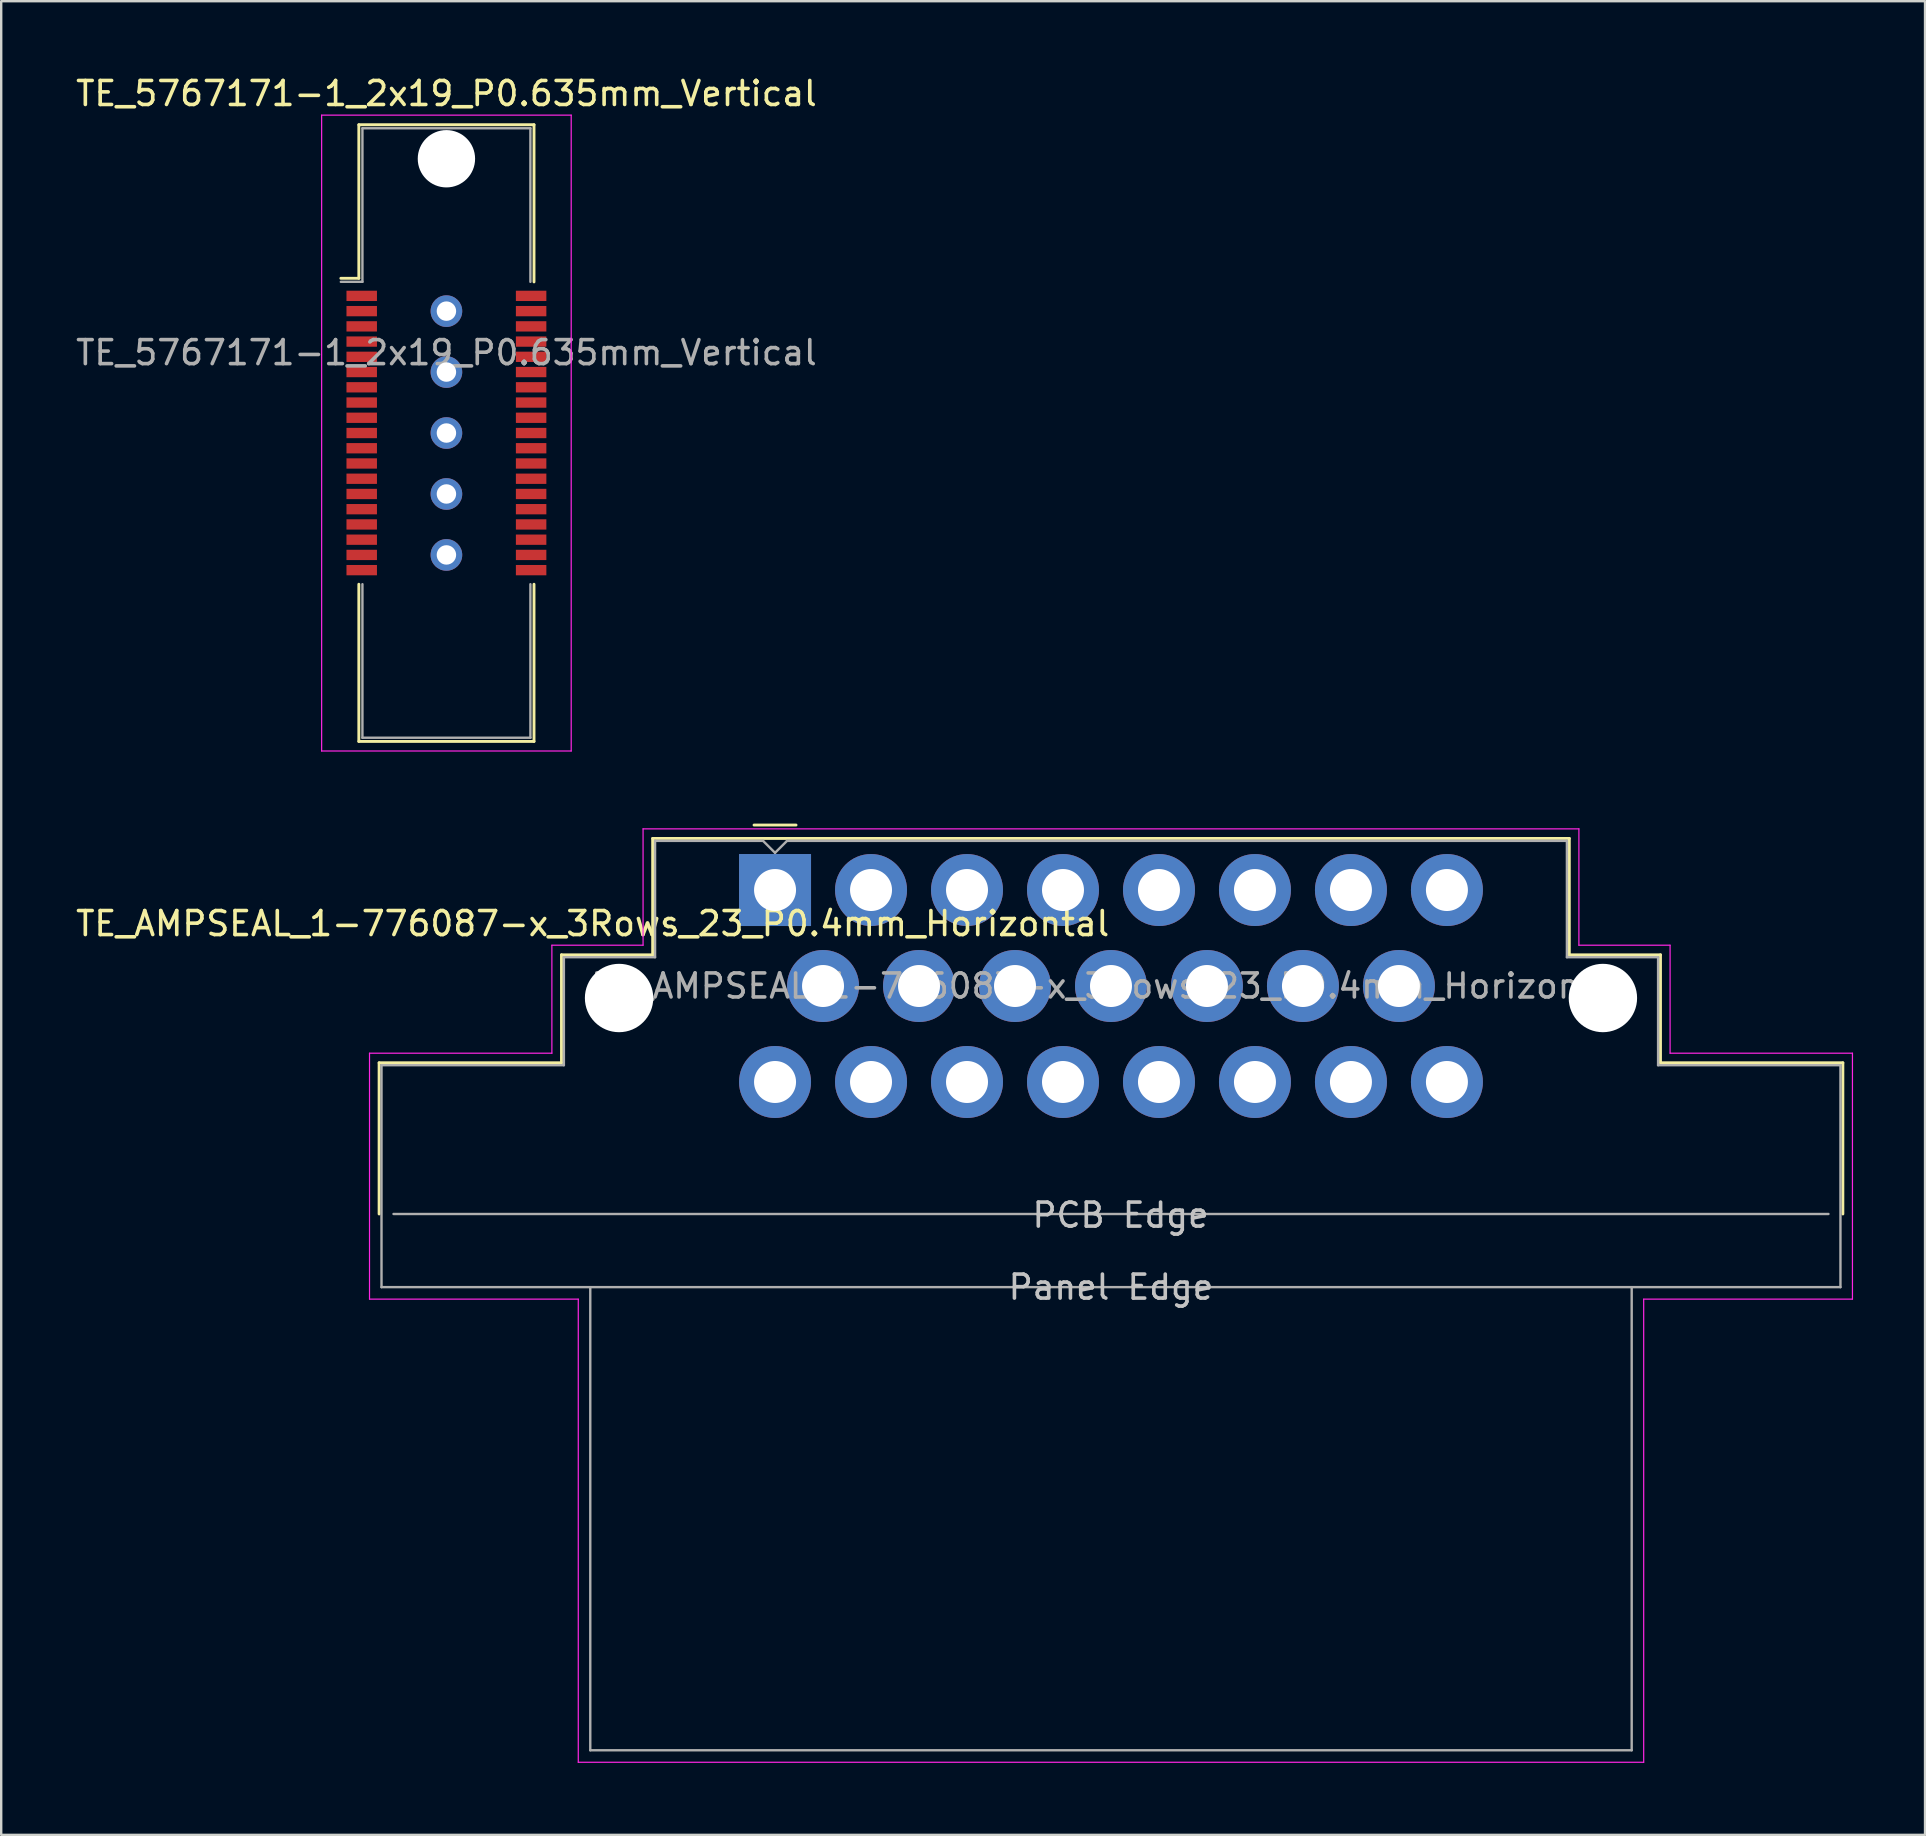
<source format=kicad_pcb>
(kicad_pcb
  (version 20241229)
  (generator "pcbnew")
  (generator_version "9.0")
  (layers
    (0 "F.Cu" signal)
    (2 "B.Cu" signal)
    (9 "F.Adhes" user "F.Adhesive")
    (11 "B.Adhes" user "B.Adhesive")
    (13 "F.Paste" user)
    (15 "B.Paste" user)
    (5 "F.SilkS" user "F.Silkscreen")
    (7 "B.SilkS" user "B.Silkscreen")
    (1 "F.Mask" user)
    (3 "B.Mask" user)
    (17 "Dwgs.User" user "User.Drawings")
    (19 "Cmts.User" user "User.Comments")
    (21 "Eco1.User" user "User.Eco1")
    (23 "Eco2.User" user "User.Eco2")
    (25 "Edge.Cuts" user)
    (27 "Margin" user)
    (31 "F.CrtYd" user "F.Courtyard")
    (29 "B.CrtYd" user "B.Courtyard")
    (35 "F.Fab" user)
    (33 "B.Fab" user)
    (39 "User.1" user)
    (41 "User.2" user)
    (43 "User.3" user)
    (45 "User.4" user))
  (footprint "TE_5767171-1_2x19_P0.635mm_Vertical"
    (layer "F.Cu")
    (at 15.554 11.648)
    (property "Reference" "TE_5767171-1_2x19_P0.635mm_Vertical" (at 0 -10.8 0) (layer "F.SilkS") (effects (font (size 1 1) (thickness 0.15))))
    (attr smd)
    (fp_line (start -3.65 -9.5) (end 3.65 -9.5) (stroke (width 0.12) (type solid)) (layer "F.SilkS"))
    (fp_line (start -3.65 -3.1) (end -4.4 -3.1) (stroke (width 0.12) (type solid)) (layer "F.SilkS"))
    (fp_line (start -3.65 -3.1) (end -3.65 -9.5) (stroke (width 0.12) (type solid)) (layer "F.SilkS"))
    (fp_line (start -3.65 16.2) (end -3.65 9.65) (stroke (width 0.12) (type solid)) (layer "F.SilkS"))
    (fp_line (start 3.65 -9.5) (end 3.65 -2.95) (stroke (width 0.12) (type solid)) (layer "F.SilkS"))
    (fp_line (start 3.65 9.65) (end 3.65 16.2) (stroke (width 0.12) (type solid)) (layer "F.SilkS"))
    (fp_line (start 3.65 16.2) (end -3.65 16.2) (stroke (width 0.12) (type solid)) (layer "F.SilkS"))
    (fp_line (start -5.2 -9.9) (end 5.2 -9.9) (stroke (width 0.05) (type solid)) (layer "F.CrtYd"))
    (fp_line (start -5.2 16.6) (end -5.2 -9.9) (stroke (width 0.05) (type solid)) (layer "F.CrtYd"))
    (fp_line (start 5.2 -9.9) (end 5.2 16.6) (stroke (width 0.05) (type solid)) (layer "F.CrtYd"))
    (fp_line (start 5.2 16.6) (end -5.2 16.6) (stroke (width 0.05) (type solid)) (layer "F.CrtYd"))
    (fp_line (start -4.4 -2.953) (end -3.5 -2.953) (stroke (width 0.1) (type solid)) (layer "F.Fab"))
    (fp_line (start -3.5 -9.352) (end 3.5 -9.352) (stroke (width 0.1) (type solid)) (layer "F.Fab"))
    (fp_line (start -3.5 -2.953) (end -3.5 -9.352) (stroke (width 0.1) (type solid)) (layer "F.Fab"))
    (fp_line (start -3.5 9.648) (end -3.5 16.047) (stroke (width 0.1) (type solid)) (layer "F.Fab"))
    (fp_line (start -3.5 16.047) (end 3.5 16.047) (stroke (width 0.1) (type solid)) (layer "F.Fab"))
    (fp_line (start 3.5 -9.352) (end 3.5 -2.953) (stroke (width 0.1) (type solid)) (layer "F.Fab"))
    (fp_line (start 3.5 16.047) (end 3.5 9.648) (stroke (width 0.1) (type solid)) (layer "F.Fab"))
    (fp_text user "${REFERENCE}" (at 0 0 0) (layer "F.Fab") (effects (font (size 1 1) (thickness 0.15))))
    (pad "" np_thru_hole circle (at 0 -8.082 90) (size 2.39 2.39) (drill 2.39) (layers "*.Cu" "*.Mask"))
    (pad "1" smd rect (at -3.53 -2.368 180) (size 1.27 0.43) (layers "F.Cu" "F.Mask" "F.Paste"))
    (pad "2" smd rect (at 3.53 -2.368 180) (size 1.27 0.43) (layers "F.Cu" "F.Mask" "F.Paste"))
    (pad "3" smd rect (at -3.53 -1.732 180) (size 1.27 0.43) (layers "F.Cu" "F.Mask" "F.Paste"))
    (pad "4" smd rect (at 3.53 -1.732 180) (size 1.27 0.43) (layers "F.Cu" "F.Mask" "F.Paste"))
    (pad "5" smd rect (at -3.53 -1.097 180) (size 1.27 0.43) (layers "F.Cu" "F.Mask" "F.Paste"))
    (pad "6" smd rect (at 3.53 -1.097 180) (size 1.27 0.43) (layers "F.Cu" "F.Mask" "F.Paste"))
    (pad "7" smd rect (at -3.53 -0.463 180) (size 1.27 0.43) (layers "F.Cu" "F.Mask" "F.Paste"))
    (pad "8" smd rect (at 3.53 -0.463 180) (size 1.27 0.43) (layers "F.Cu" "F.Mask" "F.Paste"))
    (pad "9" smd rect (at -3.53 0.172 180) (size 1.27 0.43) (layers "F.Cu" "F.Mask" "F.Paste"))
    (pad "10" smd rect (at 3.53 0.172 180) (size 1.27 0.43) (layers "F.Cu" "F.Mask" "F.Paste"))
    (pad "11" smd rect (at -3.53 0.807 180) (size 1.27 0.43) (layers "F.Cu" "F.Mask" "F.Paste"))
    (pad "12" smd rect (at 3.53 0.807 180) (size 1.27 0.43) (layers "F.Cu" "F.Mask" "F.Paste"))
    (pad "13" smd rect (at -3.53 1.442 180) (size 1.27 0.43) (layers "F.Cu" "F.Mask" "F.Paste"))
    (pad "14" smd rect (at 3.53 1.442 180) (size 1.27 0.43) (layers "F.Cu" "F.Mask" "F.Paste"))
    (pad "15" smd rect (at -3.53 2.078 180) (size 1.27 0.43) (layers "F.Cu" "F.Mask" "F.Paste"))
    (pad "16" smd rect (at 3.53 2.078 180) (size 1.27 0.43) (layers "F.Cu" "F.Mask" "F.Paste"))
    (pad "17" smd rect (at -3.53 2.712 180) (size 1.27 0.43) (layers "F.Cu" "F.Mask" "F.Paste"))
    (pad "18" smd rect (at 3.53 2.712 180) (size 1.27 0.43) (layers "F.Cu" "F.Mask" "F.Paste"))
    (pad "19" smd rect (at -3.53 3.348 180) (size 1.27 0.43) (layers "F.Cu" "F.Mask" "F.Paste"))
    (pad "20" smd rect (at 3.53 3.348 180) (size 1.27 0.43) (layers "F.Cu" "F.Mask" "F.Paste"))
    (pad "21" smd rect (at -3.53 3.982 180) (size 1.27 0.43) (layers "F.Cu" "F.Mask" "F.Paste"))
    (pad "22" smd rect (at 3.53 3.982 180) (size 1.27 0.43) (layers "F.Cu" "F.Mask" "F.Paste"))
    (pad "23" smd rect (at -3.53 4.617 180) (size 1.27 0.43) (layers "F.Cu" "F.Mask" "F.Paste"))
    (pad "24" smd rect (at 3.53 4.617 180) (size 1.27 0.43) (layers "F.Cu" "F.Mask" "F.Paste"))
    (pad "25" smd rect (at -3.53 5.253 180) (size 1.27 0.43) (layers "F.Cu" "F.Mask" "F.Paste"))
    (pad "26" smd rect (at 3.53 5.253 180) (size 1.27 0.43) (layers "F.Cu" "F.Mask" "F.Paste"))
    (pad "27" smd rect (at -3.53 5.888 180) (size 1.27 0.43) (layers "F.Cu" "F.Mask" "F.Paste"))
    (pad "28" smd rect (at 3.53 5.888 180) (size 1.27 0.43) (layers "F.Cu" "F.Mask" "F.Paste"))
    (pad "29" smd rect (at -3.53 6.522 180) (size 1.27 0.43) (layers "F.Cu" "F.Mask" "F.Paste"))
    (pad "30" smd rect (at 3.53 6.522 180) (size 1.27 0.43) (layers "F.Cu" "F.Mask" "F.Paste"))
    (pad "31" smd rect (at -3.53 7.157 180) (size 1.27 0.43) (layers "F.Cu" "F.Mask" "F.Paste"))
    (pad "32" smd rect (at 3.53 7.157 180) (size 1.27 0.43) (layers "F.Cu" "F.Mask" "F.Paste"))
    (pad "33" smd rect (at -3.53 7.793 180) (size 1.27 0.43) (layers "F.Cu" "F.Mask" "F.Paste"))
    (pad "34" smd rect (at 3.53 7.793 180) (size 1.27 0.43) (layers "F.Cu" "F.Mask" "F.Paste"))
    (pad "35" smd rect (at -3.53 8.428 180) (size 1.27 0.43) (layers "F.Cu" "F.Mask" "F.Paste"))
    (pad "36" smd rect (at 3.53 8.428 180) (size 1.27 0.43) (layers "F.Cu" "F.Mask" "F.Paste"))
    (pad "37" smd rect (at -3.53 9.062 180) (size 1.27 0.43) (layers "F.Cu" "F.Mask" "F.Paste"))
    (pad "38" smd rect (at 3.53 9.062 180) (size 1.27 0.43) (layers "F.Cu" "F.Mask" "F.Paste"))
    (pad "SH" thru_hole circle (at 0 -1.732 90) (size 1.318 1.318) (drill 0.81) (layers "*.Cu" "*.Mask"))
    (pad "SH" thru_hole circle (at 0 0.807 90) (size 1.318 1.318) (drill 0.81) (layers "*.Cu" "*.Mask"))
    (pad "SH" thru_hole circle (at 0 3.348 90) (size 1.318 1.318) (drill 0.81) (layers "*.Cu" "*.Mask"))
    (pad "SH" thru_hole circle (at 0 5.888 90) (size 1.318 1.318) (drill 0.81) (layers "*.Cu" "*.Mask"))
    (pad "SH" thru_hole circle (at 0 8.428 90) (size 1.318 1.318) (drill 0.81) (layers "*.Cu" "*.Mask")))
  (footprint "TE_AMPSEAL_1-776087-x_3Rows_23_P0.4mm_Horizontal"
    (layer "F.Cu")
    (at 29.249 34.041)
    (property "Reference" "TE_AMPSEAL_1-776087-x_3Rows_23_P0.4mm_Horizontal" (at -7.6 1.4 0) (layer "F.SilkS") (effects (font (size 1 1) (thickness 0.15))))
    (attr through_hole)
    (fp_line (start -16.5 7.2) (end -8.9 7.2) (stroke (width 0.12) (type solid)) (layer "F.SilkS"))
    (fp_line (start -16.5 13.5) (end -16.5 7.2) (stroke (width 0.12) (type solid)) (layer "F.SilkS"))
    (fp_line (start -8.9 2.7) (end -5.1 2.7) (stroke (width 0.12) (type solid)) (layer "F.SilkS"))
    (fp_line (start -8.9 7.2) (end -8.9 2.7) (stroke (width 0.12) (type solid)) (layer "F.SilkS"))
    (fp_line (start -5.1 -2.15) (end 33.1 -2.15) (stroke (width 0.12) (type solid)) (layer "F.SilkS"))
    (fp_line (start -5.1 2.7) (end -5.1 -2.15) (stroke (width 0.12) (type solid)) (layer "F.SilkS"))
    (fp_line (start -0.875 -2.708) (end 0.875 -2.708) (stroke (width 0.12) (type solid)) (layer "F.SilkS"))
    (fp_line (start 33.1 -2.15) (end 33.1 2.7) (stroke (width 0.12) (type solid)) (layer "F.SilkS"))
    (fp_line (start 33.1 2.7) (end 36.9 2.7) (stroke (width 0.12) (type solid)) (layer "F.SilkS"))
    (fp_line (start 36.9 2.7) (end 36.9 7.2) (stroke (width 0.12) (type solid)) (layer "F.SilkS"))
    (fp_line (start 36.9 7.2) (end 44.5 7.2) (stroke (width 0.12) (type solid)) (layer "F.SilkS"))
    (fp_line (start 44.5 7.2) (end 44.5 13.5) (stroke (width 0.12) (type solid)) (layer "F.SilkS"))
    (fp_line (start -16.9 6.8) (end -9.3 6.8) (stroke (width 0.05) (type solid)) (layer "F.CrtYd"))
    (fp_line (start -16.9 17.05) (end -16.9 6.8) (stroke (width 0.05) (type solid)) (layer "F.CrtYd"))
    (fp_line (start -16.9 17.05) (end -8.2 17.05) (stroke (width 0.05) (type solid)) (layer "F.CrtYd"))
    (fp_line (start -9.3 2.3) (end -5.5 2.3) (stroke (width 0.05) (type solid)) (layer "F.CrtYd"))
    (fp_line (start -9.3 6.8) (end -9.3 2.3) (stroke (width 0.05) (type solid)) (layer "F.CrtYd"))
    (fp_line (start -8.2 17.05) (end -8.2 36.35) (stroke (width 0.05) (type solid)) (layer "F.CrtYd"))
    (fp_line (start -8.2 36.35) (end 36.2 36.35) (stroke (width 0.05) (type solid)) (layer "F.CrtYd"))
    (fp_line (start -5.5 -2.55) (end 33.5 -2.55) (stroke (width 0.05) (type solid)) (layer "F.CrtYd"))
    (fp_line (start -5.5 2.3) (end -5.5 -2.55) (stroke (width 0.05) (type solid)) (layer "F.CrtYd"))
    (fp_line (start 33.5 -2.55) (end 33.5 2.3) (stroke (width 0.05) (type solid)) (layer "F.CrtYd"))
    (fp_line (start 33.5 2.3) (end 37.3 2.3) (stroke (width 0.05) (type solid)) (layer "F.CrtYd"))
    (fp_line (start 36.2 17.05) (end 44.9 17.05) (stroke (width 0.05) (type solid)) (layer "F.CrtYd"))
    (fp_line (start 36.2 36.35) (end 36.2 17.05) (stroke (width 0.05) (type solid)) (layer "F.CrtYd"))
    (fp_line (start 37.3 2.3) (end 37.3 6.8) (stroke (width 0.05) (type solid)) (layer "F.CrtYd"))
    (fp_line (start 37.3 6.8) (end 44.9 6.8) (stroke (width 0.05) (type solid)) (layer "F.CrtYd"))
    (fp_line (start 44.9 6.8) (end 44.9 17.05) (stroke (width 0.05) (type solid)) (layer "F.CrtYd"))
    (fp_line (start -16.4 16.55) (end -16.4 7.3) (stroke (width 0.1) (type solid)) (layer "F.Fab"))
    (fp_line (start -16.4 16.55) (end 44.4 16.55) (stroke (width 0.1) (type solid)) (layer "F.Fab"))
    (fp_line (start -15.9 13.5) (end 43.9 13.5) (stroke (width 0.1) (type solid)) (layer "F.Fab"))
    (fp_line (start -8.8 2.8) (end -8.8 7.3) (stroke (width 0.1) (type solid)) (layer "F.Fab"))
    (fp_line (start -8.8 2.8) (end -5 2.8) (stroke (width 0.1) (type solid)) (layer "F.Fab"))
    (fp_line (start -8.8 7.3) (end -16.4 7.3) (stroke (width 0.1) (type solid)) (layer "F.Fab"))
    (fp_line (start -7.7 16.55) (end -7.7 35.85) (stroke (width 0.1) (type solid)) (layer "F.Fab"))
    (fp_line (start -7.7 35.85) (end 35.7 35.85) (stroke (width 0.1) (type solid)) (layer "F.Fab"))
    (fp_line (start -5 -2.05) (end -5 2.8) (stroke (width 0.1) (type solid)) (layer "F.Fab"))
    (fp_line (start -0.5 -2.05) (end -5 -2.05) (stroke (width 0.1) (type solid)) (layer "F.Fab"))
    (fp_line (start 0 -1.55) (end -0.5 -2.05) (stroke (width 0.1) (type solid)) (layer "F.Fab"))
    (fp_line (start 0 -1.55) (end 0.5 -2.05) (stroke (width 0.1) (type solid)) (layer "F.Fab"))
    (fp_line (start 0.5 -2.05) (end 33 -2.05) (stroke (width 0.1) (type solid)) (layer "F.Fab"))
    (fp_line (start 33 -2.05) (end 33 2.8) (stroke (width 0.1) (type solid)) (layer "F.Fab"))
    (fp_line (start 33 2.8) (end 36.8 2.8) (stroke (width 0.1) (type solid)) (layer "F.Fab"))
    (fp_line (start 35.7 35.85) (end 35.7 16.55) (stroke (width 0.1) (type solid)) (layer "F.Fab"))
    (fp_line (start 36.8 2.8) (end 36.8 7.3) (stroke (width 0.1) (type solid)) (layer "F.Fab"))
    (fp_line (start 36.8 7.3) (end 44.4 7.3) (stroke (width 0.1) (type solid)) (layer "F.Fab"))
    (fp_line (start 44.4 7.3) (end 44.4 16.55) (stroke (width 0.1) (type solid)) (layer "F.Fab"))
    (fp_text user "Panel Edge" (at 14 16.55 0) (layer "Dwgs.User") (effects (font (size 1 1) (thickness 0.15))))
    (fp_text user "PCB Edge" (at 14.4 13.55 0) (layer "Dwgs.User") (effects (font (size 1 1) (thickness 0.15))))
    (fp_text user "${REFERENCE}" (at 14 4 0) (layer "F.Fab") (effects (font (size 1 1) (thickness 0.15))))
    (pad "" np_thru_hole circle (at -6.5 4.5) (size 2.85 2.85) (drill 2.85) (layers "*.Cu"))
    (pad "" np_thru_hole circle (at 34.5 4.5) (size 2.85 2.85) (drill 2.85) (layers "*.Cu"))
    (pad "1" thru_hole rect (at 0 0) (size 3 3) (drill 1.75) (layers "*.Cu" "*.Mask"))
    (pad "2" thru_hole circle (at 4 0) (size 3 3) (drill 1.75) (layers "*.Cu" "*.Mask"))
    (pad "3" thru_hole circle (at 8 0) (size 3 3) (drill 1.75) (layers "*.Cu" "*.Mask"))
    (pad "4" thru_hole circle (at 12 0) (size 3 3) (drill 1.75) (layers "*.Cu" "*.Mask"))
    (pad "5" thru_hole circle (at 16 0) (size 3 3) (drill 1.75) (layers "*.Cu" "*.Mask"))
    (pad "6" thru_hole circle (at 20 0) (size 3 3) (drill 1.75) (layers "*.Cu" "*.Mask"))
    (pad "7" thru_hole circle (at 24 0) (size 3 3) (drill 1.75) (layers "*.Cu" "*.Mask"))
    (pad "8" thru_hole circle (at 28 0) (size 3 3) (drill 1.75) (layers "*.Cu" "*.Mask"))
    (pad "9" thru_hole circle (at 2 4) (size 3 3) (drill 1.75) (layers "*.Cu" "*.Mask"))
    (pad "10" thru_hole circle (at 6 4) (size 3 3) (drill 1.75) (layers "*.Cu" "*.Mask"))
    (pad "11" thru_hole circle (at 10 4) (size 3 3) (drill 1.75) (layers "*.Cu" "*.Mask"))
    (pad "12" thru_hole circle (at 14 4) (size 3 3) (drill 1.75) (layers "*.Cu" "*.Mask"))
    (pad "13" thru_hole circle (at 18 4) (size 3 3) (drill 1.75) (layers "*.Cu" "*.Mask"))
    (pad "14" thru_hole circle (at 22 4) (size 3 3) (drill 1.75) (layers "*.Cu" "*.Mask"))
    (pad "15" thru_hole circle (at 26 4) (size 3 3) (drill 1.75) (layers "*.Cu" "*.Mask"))
    (pad "16" thru_hole circle (at 0 8) (size 3 3) (drill 1.75) (layers "*.Cu" "*.Mask"))
    (pad "17" thru_hole circle (at 4 8) (size 3 3) (drill 1.75) (layers "*.Cu" "*.Mask"))
    (pad "18" thru_hole circle (at 8 8) (size 3 3) (drill 1.75) (layers "*.Cu" "*.Mask"))
    (pad "19" thru_hole circle (at 12 8) (size 3 3) (drill 1.75) (layers "*.Cu" "*.Mask"))
    (pad "20" thru_hole circle (at 16 8) (size 3 3) (drill 1.75) (layers "*.Cu" "*.Mask"))
    (pad "21" thru_hole circle (at 20 8) (size 3 3) (drill 1.75) (layers "*.Cu" "*.Mask"))
    (pad "22" thru_hole circle (at 24 8) (size 3 3) (drill 1.75) (layers "*.Cu" "*.Mask"))
    (pad "23" thru_hole circle (at 28 8) (size 3 3) (drill 1.75) (layers "*.Cu" "*.Mask")))
  (gr_rect
    (start -3 -3)
    (end 77.174 73.416)
    (stroke (width 0.1) (type default))
    (fill no)
    (layer "Edge.Cuts")))
</source>
